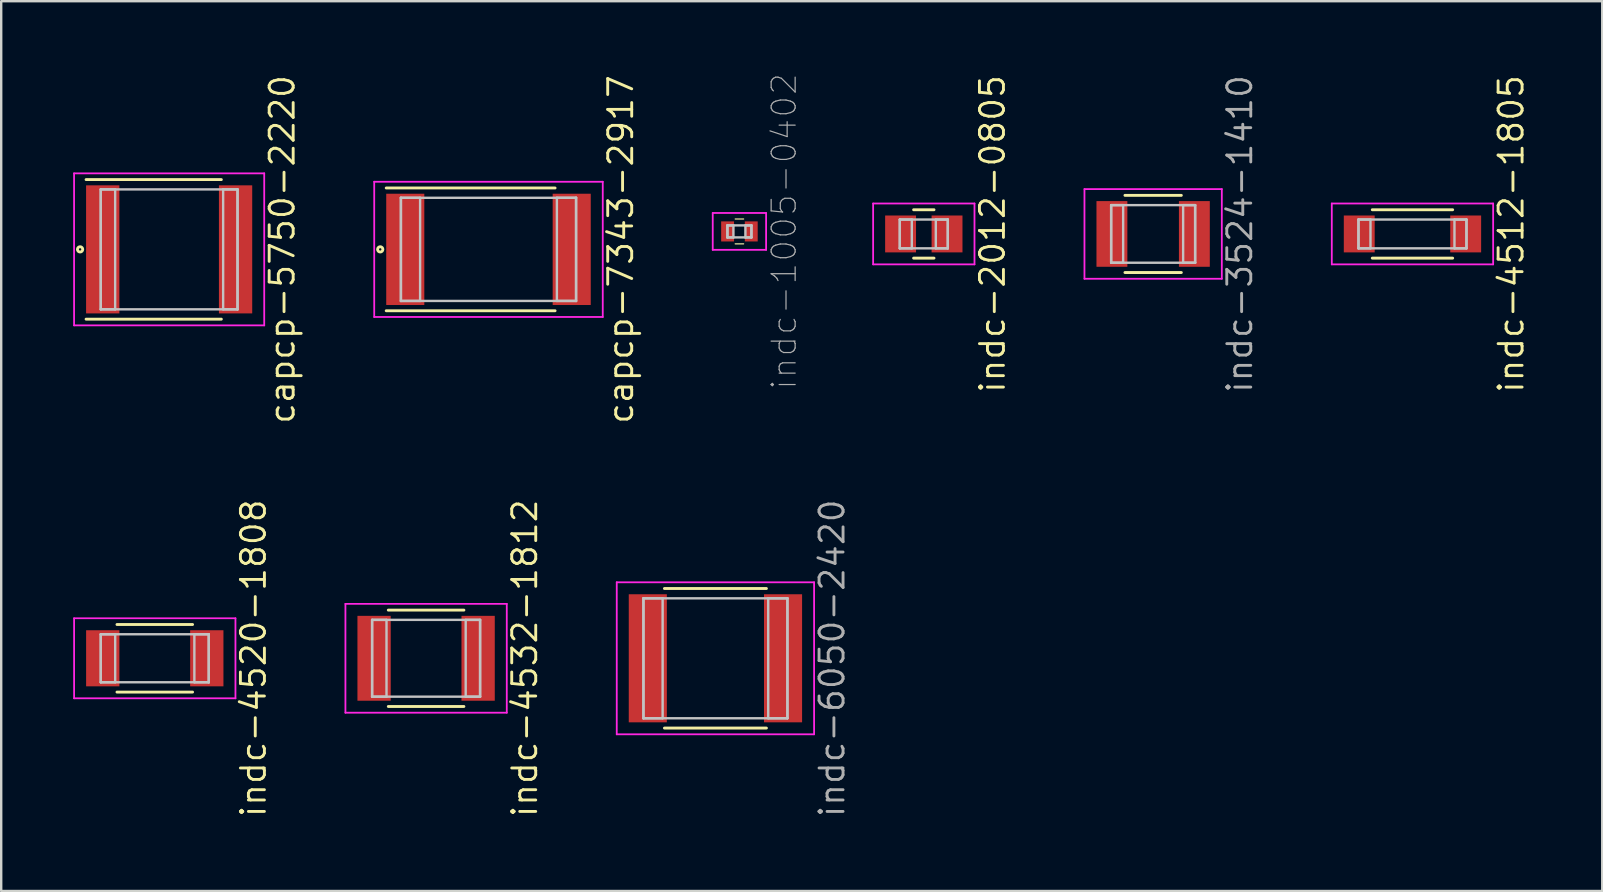
<source format=kicad_pcb>
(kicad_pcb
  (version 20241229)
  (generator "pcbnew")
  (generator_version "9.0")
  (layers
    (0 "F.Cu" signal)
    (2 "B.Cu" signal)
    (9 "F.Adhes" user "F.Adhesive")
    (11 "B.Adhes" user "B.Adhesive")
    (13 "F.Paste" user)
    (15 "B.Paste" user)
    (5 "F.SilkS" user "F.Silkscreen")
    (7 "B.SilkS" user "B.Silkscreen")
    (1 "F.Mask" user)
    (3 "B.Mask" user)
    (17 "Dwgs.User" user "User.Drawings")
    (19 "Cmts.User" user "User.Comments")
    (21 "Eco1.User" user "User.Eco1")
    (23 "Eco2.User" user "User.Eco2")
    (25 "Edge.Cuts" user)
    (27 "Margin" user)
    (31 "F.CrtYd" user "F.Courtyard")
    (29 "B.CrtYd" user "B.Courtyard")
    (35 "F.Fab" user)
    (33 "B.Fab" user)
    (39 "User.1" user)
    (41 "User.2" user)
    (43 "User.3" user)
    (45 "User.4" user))
  (footprint "capcp-7343-2917"
    (layer "F.Cu")
    (at 17.307 7.342)
    (property "Reference" "capcp-7343-2917" (at 5.512 0 90) (layer "F.SilkS") (effects (font (size 1 1) (thickness 0.12))))
    (attr through_hole)
    (fp_line (start -4.262 -2.558) (end 2.775 -2.558) (stroke (width 0.12) (type solid)) (layer "F.SilkS"))
    (fp_line (start -4.262 2.558) (end 2.775 2.558) (stroke (width 0.12) (type solid)) (layer "F.SilkS"))
    (fp_circle (center -4.512 0) (end -4.462 0) (stroke (width 0.12) (type solid)) (fill no) (layer "F.SilkS"))
    (fp_line (start -3.65 -2.15) (end -3.65 2.15) (stroke (width 0.1) (type solid)) (layer "Dwgs.User"))
    (fp_line (start -3.65 -2.15) (end -3.65 2.15) (stroke (width 0.1) (type solid)) (layer "Dwgs.User"))
    (fp_line (start -3.65 2.15) (end -2.85 2.15) (stroke (width 0.1) (type solid)) (layer "Dwgs.User"))
    (fp_line (start -3.65 2.15) (end 3.65 2.15) (stroke (width 0.1) (type solid)) (layer "Dwgs.User"))
    (fp_line (start -2.85 -2.15) (end -3.65 -2.15) (stroke (width 0.1) (type solid)) (layer "Dwgs.User"))
    (fp_line (start -2.85 2.15) (end -2.85 -2.15) (stroke (width 0.1) (type solid)) (layer "Dwgs.User"))
    (fp_line (start 2.85 -2.15) (end 2.85 2.15) (stroke (width 0.1) (type solid)) (layer "Dwgs.User"))
    (fp_line (start 2.85 2.15) (end 3.65 2.15) (stroke (width 0.1) (type solid)) (layer "Dwgs.User"))
    (fp_line (start 3.65 -2.15) (end -3.65 -2.15) (stroke (width 0.1) (type solid)) (layer "Dwgs.User"))
    (fp_line (start 3.65 -2.15) (end 2.85 -2.15) (stroke (width 0.1) (type solid)) (layer "Dwgs.User"))
    (fp_line (start 3.65 2.15) (end 3.65 -2.15) (stroke (width 0.1) (type solid)) (layer "Dwgs.User"))
    (fp_line (start 3.65 2.15) (end 3.65 -2.15) (stroke (width 0.1) (type solid)) (layer "Dwgs.User"))
    (fp_line (start -4.762 -2.818) (end -4.762 2.818) (stroke (width 0.075) (type solid)) (layer "F.CrtYd"))
    (fp_line (start -4.762 2.818) (end 4.762 2.818) (stroke (width 0.075) (type solid)) (layer "F.CrtYd"))
    (fp_line (start 4.762 -2.818) (end -4.762 -2.818) (stroke (width 0.075) (type solid)) (layer "F.CrtYd"))
    (fp_line (start 4.762 2.818) (end 4.762 -2.818) (stroke (width 0.075) (type solid)) (layer "F.CrtYd"))
    (pad "1" smd rect (at -3.468 0) (size 1.587 4.637) (layers "F.Cu" "F.Mask" "F.Paste"))
    (pad "2" smd rect (at 3.468 0) (size 1.587 4.637) (layers "F.Cu" "F.Mask" "F.Paste")))
  (footprint "indc-1005-0402"
    (layer "F.Cu")
    (at 27.764 6.594)
    (property "Reference" "indc-1005-0402" (at 1.862 0 90) (layer "F.Fab") (effects (font (size 1 1) (thickness 0.05))))
    (attr through_hole)
    (fp_line (start -0.175 -0.518) (end 0.175 -0.518) (stroke (width 0.05) (type solid)) (layer "F.SilkS"))
    (fp_line (start -0.175 0.518) (end 0.175 0.518) (stroke (width 0.05) (type solid)) (layer "F.SilkS"))
    (fp_line (start -0.5 -0.25) (end -0.5 0.25) (stroke (width 0.1) (type solid)) (layer "Dwgs.User"))
    (fp_line (start -0.5 -0.25) (end -0.5 0.25) (stroke (width 0.1) (type solid)) (layer "Dwgs.User"))
    (fp_line (start -0.5 0.25) (end -0.25 0.25) (stroke (width 0.1) (type solid)) (layer "Dwgs.User"))
    (fp_line (start -0.5 0.25) (end 0.5 0.25) (stroke (width 0.1) (type solid)) (layer "Dwgs.User"))
    (fp_line (start -0.25 -0.25) (end -0.5 -0.25) (stroke (width 0.1) (type solid)) (layer "Dwgs.User"))
    (fp_line (start -0.25 0.25) (end -0.25 -0.25) (stroke (width 0.1) (type solid)) (layer "Dwgs.User"))
    (fp_line (start 0.25 -0.25) (end 0.25 0.25) (stroke (width 0.1) (type solid)) (layer "Dwgs.User"))
    (fp_line (start 0.25 0.25) (end 0.5 0.25) (stroke (width 0.1) (type solid)) (layer "Dwgs.User"))
    (fp_line (start 0.5 -0.25) (end -0.5 -0.25) (stroke (width 0.1) (type solid)) (layer "Dwgs.User"))
    (fp_line (start 0.5 -0.25) (end 0.25 -0.25) (stroke (width 0.1) (type solid)) (layer "Dwgs.User"))
    (fp_line (start 0.5 0.25) (end 0.5 -0.25) (stroke (width 0.1) (type solid)) (layer "Dwgs.User"))
    (fp_line (start 0.5 0.25) (end 0.5 -0.25) (stroke (width 0.1) (type solid)) (layer "Dwgs.User"))
    (fp_line (start -1.112 -0.768) (end -1.112 0.768) (stroke (width 0.075) (type solid)) (layer "F.CrtYd"))
    (fp_line (start -1.112 0.768) (end 1.112 0.768) (stroke (width 0.075) (type solid)) (layer "F.CrtYd"))
    (fp_line (start 1.112 -0.768) (end -1.112 -0.768) (stroke (width 0.075) (type solid)) (layer "F.CrtYd"))
    (fp_line (start 1.112 0.768) (end 1.112 -0.768) (stroke (width 0.075) (type solid)) (layer "F.CrtYd"))
    (pad "1" smd rect (at -0.493 0) (size 0.537 0.837) (layers "F.Cu" "F.Mask" "F.Paste"))
    (pad "2" smd rect (at 0.493 0) (size 0.537 0.837) (layers "F.Cu" "F.Mask" "F.Paste")))
  (footprint "capcp-5750-2220"
    (layer "F.Cu")
    (at 3.999 7.342)
    (property "Reference" "capcp-5750-2220" (at 4.712 0 90) (layer "F.SilkS") (effects (font (size 1 1) (thickness 0.12))))
    (attr through_hole)
    (fp_line (start -3.462 -2.908) (end 2.175 -2.908) (stroke (width 0.12) (type solid)) (layer "F.SilkS"))
    (fp_line (start -3.462 2.908) (end 2.175 2.908) (stroke (width 0.12) (type solid)) (layer "F.SilkS"))
    (fp_circle (center -3.712 0) (end -3.662 0) (stroke (width 0.12) (type solid)) (fill no) (layer "F.SilkS"))
    (fp_line (start -2.85 -2.5) (end -2.85 2.5) (stroke (width 0.1) (type solid)) (layer "Dwgs.User"))
    (fp_line (start -2.85 -2.5) (end -2.85 2.5) (stroke (width 0.1) (type solid)) (layer "Dwgs.User"))
    (fp_line (start -2.85 2.5) (end -2.25 2.5) (stroke (width 0.1) (type solid)) (layer "Dwgs.User"))
    (fp_line (start -2.85 2.5) (end 2.85 2.5) (stroke (width 0.1) (type solid)) (layer "Dwgs.User"))
    (fp_line (start -2.25 -2.5) (end -2.85 -2.5) (stroke (width 0.1) (type solid)) (layer "Dwgs.User"))
    (fp_line (start -2.25 2.5) (end -2.25 -2.5) (stroke (width 0.1) (type solid)) (layer "Dwgs.User"))
    (fp_line (start 2.25 -2.5) (end 2.25 2.5) (stroke (width 0.1) (type solid)) (layer "Dwgs.User"))
    (fp_line (start 2.25 2.5) (end 2.85 2.5) (stroke (width 0.1) (type solid)) (layer "Dwgs.User"))
    (fp_line (start 2.85 -2.5) (end -2.85 -2.5) (stroke (width 0.1) (type solid)) (layer "Dwgs.User"))
    (fp_line (start 2.85 -2.5) (end 2.25 -2.5) (stroke (width 0.1) (type solid)) (layer "Dwgs.User"))
    (fp_line (start 2.85 2.5) (end 2.85 -2.5) (stroke (width 0.1) (type solid)) (layer "Dwgs.User"))
    (fp_line (start 2.85 2.5) (end 2.85 -2.5) (stroke (width 0.1) (type solid)) (layer "Dwgs.User"))
    (fp_line (start -3.962 -3.168) (end -3.962 3.168) (stroke (width 0.075) (type solid)) (layer "F.CrtYd"))
    (fp_line (start -3.962 3.168) (end 3.962 3.168) (stroke (width 0.075) (type solid)) (layer "F.CrtYd"))
    (fp_line (start 3.962 -3.168) (end -3.962 -3.168) (stroke (width 0.075) (type solid)) (layer "F.CrtYd"))
    (fp_line (start 3.962 3.168) (end 3.962 -3.168) (stroke (width 0.075) (type solid)) (layer "F.CrtYd"))
    (pad "1" smd rect (at -2.768 0) (size 1.387 5.337) (layers "F.Cu" "F.Mask" "F.Paste"))
    (pad "2" smd rect (at 2.768 0) (size 1.387 5.337) (layers "F.Cu" "F.Mask" "F.Paste")))
  (footprint "indc-4512-1805"
    (layer "F.Cu")
    (at 55.812 6.699)
    (property "Reference" "indc-4512-1805" (at 4.112 0 90) (layer "F.SilkS") (effects (font (size 1 1) (thickness 0.12))))
    (attr through_hole)
    (fp_line (start -1.675 -1.008) (end 1.675 -1.008) (stroke (width 0.12) (type solid)) (layer "F.SilkS"))
    (fp_line (start -1.675 1.008) (end 1.675 1.008) (stroke (width 0.12) (type solid)) (layer "F.SilkS"))
    (fp_line (start -2.25 -0.6) (end -2.25 0.6) (stroke (width 0.1) (type solid)) (layer "Dwgs.User"))
    (fp_line (start -2.25 -0.6) (end -2.25 0.6) (stroke (width 0.1) (type solid)) (layer "Dwgs.User"))
    (fp_line (start -2.25 0.6) (end -1.75 0.6) (stroke (width 0.1) (type solid)) (layer "Dwgs.User"))
    (fp_line (start -2.25 0.6) (end 2.25 0.6) (stroke (width 0.1) (type solid)) (layer "Dwgs.User"))
    (fp_line (start -1.75 -0.6) (end -2.25 -0.6) (stroke (width 0.1) (type solid)) (layer "Dwgs.User"))
    (fp_line (start -1.75 0.6) (end -1.75 -0.6) (stroke (width 0.1) (type solid)) (layer "Dwgs.User"))
    (fp_line (start 1.75 -0.6) (end 1.75 0.6) (stroke (width 0.1) (type solid)) (layer "Dwgs.User"))
    (fp_line (start 1.75 0.6) (end 2.25 0.6) (stroke (width 0.1) (type solid)) (layer "Dwgs.User"))
    (fp_line (start 2.25 -0.6) (end -2.25 -0.6) (stroke (width 0.1) (type solid)) (layer "Dwgs.User"))
    (fp_line (start 2.25 -0.6) (end 1.75 -0.6) (stroke (width 0.1) (type solid)) (layer "Dwgs.User"))
    (fp_line (start 2.25 0.6) (end 2.25 -0.6) (stroke (width 0.1) (type solid)) (layer "Dwgs.User"))
    (fp_line (start 2.25 0.6) (end 2.25 -0.6) (stroke (width 0.1) (type solid)) (layer "Dwgs.User"))
    (fp_line (start -3.362 -1.268) (end -3.362 1.268) (stroke (width 0.075) (type solid)) (layer "F.CrtYd"))
    (fp_line (start -3.362 1.268) (end 3.362 1.268) (stroke (width 0.075) (type solid)) (layer "F.CrtYd"))
    (fp_line (start 3.362 -1.268) (end -3.362 -1.268) (stroke (width 0.075) (type solid)) (layer "F.CrtYd"))
    (fp_line (start 3.362 1.268) (end 3.362 -1.268) (stroke (width 0.075) (type solid)) (layer "F.CrtYd"))
    (pad "1" smd rect (at -2.218 0) (size 1.287 1.537) (layers "F.Cu" "F.Mask" "F.Paste"))
    (pad "2" smd rect (at 2.218 0) (size 1.287 1.537) (layers "F.Cu" "F.Mask" "F.Paste")))
  (footprint "indc-4520-1808"
    (layer "F.Cu")
    (at 3.4 24.383)
    (property "Reference" "indc-4520-1808" (at 4.112 0 90) (layer "F.SilkS") (effects (font (size 1 1) (thickness 0.12))))
    (attr through_hole)
    (fp_line (start -1.575 -1.408) (end 1.575 -1.408) (stroke (width 0.12) (type solid)) (layer "F.SilkS"))
    (fp_line (start -1.575 1.408) (end 1.575 1.408) (stroke (width 0.12) (type solid)) (layer "F.SilkS"))
    (fp_line (start -2.25 -1) (end -2.25 1) (stroke (width 0.1) (type solid)) (layer "Dwgs.User"))
    (fp_line (start -2.25 -1) (end -2.25 1) (stroke (width 0.1) (type solid)) (layer "Dwgs.User"))
    (fp_line (start -2.25 1) (end -1.65 1) (stroke (width 0.1) (type solid)) (layer "Dwgs.User"))
    (fp_line (start -2.25 1) (end 2.25 1) (stroke (width 0.1) (type solid)) (layer "Dwgs.User"))
    (fp_line (start -1.65 -1) (end -2.25 -1) (stroke (width 0.1) (type solid)) (layer "Dwgs.User"))
    (fp_line (start -1.65 1) (end -1.65 -1) (stroke (width 0.1) (type solid)) (layer "Dwgs.User"))
    (fp_line (start 1.65 -1) (end 1.65 1) (stroke (width 0.1) (type solid)) (layer "Dwgs.User"))
    (fp_line (start 1.65 1) (end 2.25 1) (stroke (width 0.1) (type solid)) (layer "Dwgs.User"))
    (fp_line (start 2.25 -1) (end -2.25 -1) (stroke (width 0.1) (type solid)) (layer "Dwgs.User"))
    (fp_line (start 2.25 -1) (end 1.65 -1) (stroke (width 0.1) (type solid)) (layer "Dwgs.User"))
    (fp_line (start 2.25 1) (end 2.25 -1) (stroke (width 0.1) (type solid)) (layer "Dwgs.User"))
    (fp_line (start 2.25 1) (end 2.25 -1) (stroke (width 0.1) (type solid)) (layer "Dwgs.User"))
    (fp_line (start -3.362 -1.668) (end -3.362 1.668) (stroke (width 0.075) (type solid)) (layer "F.CrtYd"))
    (fp_line (start -3.362 1.668) (end 3.362 1.668) (stroke (width 0.075) (type solid)) (layer "F.CrtYd"))
    (fp_line (start 3.362 -1.668) (end -3.362 -1.668) (stroke (width 0.075) (type solid)) (layer "F.CrtYd"))
    (fp_line (start 3.362 1.668) (end 3.362 -1.668) (stroke (width 0.075) (type solid)) (layer "F.CrtYd"))
    (pad "1" smd rect (at -2.168 0) (size 1.387 2.337) (layers "F.Cu" "F.Mask" "F.Paste"))
    (pad "2" smd rect (at 2.168 0) (size 1.387 2.337) (layers "F.Cu" "F.Mask" "F.Paste")))
  (footprint "indc-2012-0805"
    (layer "F.Cu")
    (at 35.448 6.699)
    (property "Reference" "indc-2012-0805" (at 2.862 0 90) (layer "F.SilkS") (effects (font (size 1 1) (thickness 0.12))))
    (attr through_hole)
    (fp_line (start -0.425 -1.008) (end 0.425 -1.008) (stroke (width 0.12) (type solid)) (layer "F.SilkS"))
    (fp_line (start -0.425 1.008) (end 0.425 1.008) (stroke (width 0.12) (type solid)) (layer "F.SilkS"))
    (fp_line (start -1 -0.6) (end -1 0.6) (stroke (width 0.1) (type solid)) (layer "Dwgs.User"))
    (fp_line (start -1 -0.6) (end -1 0.6) (stroke (width 0.1) (type solid)) (layer "Dwgs.User"))
    (fp_line (start -1 0.6) (end -0.5 0.6) (stroke (width 0.1) (type solid)) (layer "Dwgs.User"))
    (fp_line (start -1 0.6) (end 1 0.6) (stroke (width 0.1) (type solid)) (layer "Dwgs.User"))
    (fp_line (start -0.5 -0.6) (end -1 -0.6) (stroke (width 0.1) (type solid)) (layer "Dwgs.User"))
    (fp_line (start -0.5 0.6) (end -0.5 -0.6) (stroke (width 0.1) (type solid)) (layer "Dwgs.User"))
    (fp_line (start 0.5 -0.6) (end 0.5 0.6) (stroke (width 0.1) (type solid)) (layer "Dwgs.User"))
    (fp_line (start 0.5 0.6) (end 1 0.6) (stroke (width 0.1) (type solid)) (layer "Dwgs.User"))
    (fp_line (start 1 -0.6) (end -1 -0.6) (stroke (width 0.1) (type solid)) (layer "Dwgs.User"))
    (fp_line (start 1 -0.6) (end 0.5 -0.6) (stroke (width 0.1) (type solid)) (layer "Dwgs.User"))
    (fp_line (start 1 0.6) (end 1 -0.6) (stroke (width 0.1) (type solid)) (layer "Dwgs.User"))
    (fp_line (start 1 0.6) (end 1 -0.6) (stroke (width 0.1) (type solid)) (layer "Dwgs.User"))
    (fp_line (start -2.112 -1.268) (end -2.112 1.268) (stroke (width 0.075) (type solid)) (layer "F.CrtYd"))
    (fp_line (start -2.112 1.268) (end 2.112 1.268) (stroke (width 0.075) (type solid)) (layer "F.CrtYd"))
    (fp_line (start 2.112 -1.268) (end -2.112 -1.268) (stroke (width 0.075) (type solid)) (layer "F.CrtYd"))
    (fp_line (start 2.112 1.268) (end 2.112 -1.268) (stroke (width 0.075) (type solid)) (layer "F.CrtYd"))
    (pad "1" smd rect (at -0.968 0) (size 1.287 1.537) (layers "F.Cu" "F.Mask" "F.Paste"))
    (pad "2" smd rect (at 0.968 0) (size 1.287 1.537) (layers "F.Cu" "F.Mask" "F.Paste")))
  (footprint "indc-4532-1812"
    (layer "F.Cu")
    (at 14.707 24.383)
    (property "Reference" "indc-4532-1812" (at 4.112 0 90) (layer "F.SilkS") (effects (font (size 1 1) (thickness 0.12))))
    (attr through_hole)
    (fp_line (start -1.575 -2.008) (end 1.575 -2.008) (stroke (width 0.12) (type solid)) (layer "F.SilkS"))
    (fp_line (start -1.575 2.008) (end 1.575 2.008) (stroke (width 0.12) (type solid)) (layer "F.SilkS"))
    (fp_line (start -2.25 -1.6) (end -2.25 1.6) (stroke (width 0.1) (type solid)) (layer "Dwgs.User"))
    (fp_line (start -2.25 -1.6) (end -2.25 1.6) (stroke (width 0.1) (type solid)) (layer "Dwgs.User"))
    (fp_line (start -2.25 1.6) (end -1.65 1.6) (stroke (width 0.1) (type solid)) (layer "Dwgs.User"))
    (fp_line (start -2.25 1.6) (end 2.25 1.6) (stroke (width 0.1) (type solid)) (layer "Dwgs.User"))
    (fp_line (start -1.65 -1.6) (end -2.25 -1.6) (stroke (width 0.1) (type solid)) (layer "Dwgs.User"))
    (fp_line (start -1.65 1.6) (end -1.65 -1.6) (stroke (width 0.1) (type solid)) (layer "Dwgs.User"))
    (fp_line (start 1.65 -1.6) (end 1.65 1.6) (stroke (width 0.1) (type solid)) (layer "Dwgs.User"))
    (fp_line (start 1.65 1.6) (end 2.25 1.6) (stroke (width 0.1) (type solid)) (layer "Dwgs.User"))
    (fp_line (start 2.25 -1.6) (end -2.25 -1.6) (stroke (width 0.1) (type solid)) (layer "Dwgs.User"))
    (fp_line (start 2.25 -1.6) (end 1.65 -1.6) (stroke (width 0.1) (type solid)) (layer "Dwgs.User"))
    (fp_line (start 2.25 1.6) (end 2.25 -1.6) (stroke (width 0.1) (type solid)) (layer "Dwgs.User"))
    (fp_line (start 2.25 1.6) (end 2.25 -1.6) (stroke (width 0.1) (type solid)) (layer "Dwgs.User"))
    (fp_line (start -3.362 -2.268) (end -3.362 2.268) (stroke (width 0.075) (type solid)) (layer "F.CrtYd"))
    (fp_line (start -3.362 2.268) (end 3.362 2.268) (stroke (width 0.075) (type solid)) (layer "F.CrtYd"))
    (fp_line (start 3.362 -2.268) (end -3.362 -2.268) (stroke (width 0.075) (type solid)) (layer "F.CrtYd"))
    (fp_line (start 3.362 2.268) (end 3.362 -2.268) (stroke (width 0.075) (type solid)) (layer "F.CrtYd"))
    (pad "1" smd rect (at -2.168 0) (size 1.387 3.537) (layers "F.Cu" "F.Mask" "F.Paste"))
    (pad "2" smd rect (at 2.168 0) (size 1.387 3.537) (layers "F.Cu" "F.Mask" "F.Paste")))
  (footprint "indc-6050-2420"
    (layer "F.Cu")
    (at 26.764 24.383)
    (property "Reference" "indc-6050-2420" (at 4.862 0 90) (layer "F.Fab") (effects (font (size 1 1) (thickness 0.12))))
    (attr through_hole)
    (fp_line (start -2.125 -2.908) (end 2.125 -2.908) (stroke (width 0.12) (type solid)) (layer "F.SilkS"))
    (fp_line (start -2.125 2.908) (end 2.125 2.908) (stroke (width 0.12) (type solid)) (layer "F.SilkS"))
    (fp_line (start -3 -2.5) (end -3 2.5) (stroke (width 0.1) (type solid)) (layer "Dwgs.User"))
    (fp_line (start -3 -2.5) (end -3 2.5) (stroke (width 0.1) (type solid)) (layer "Dwgs.User"))
    (fp_line (start -3 2.5) (end -2.2 2.5) (stroke (width 0.1) (type solid)) (layer "Dwgs.User"))
    (fp_line (start -3 2.5) (end 3 2.5) (stroke (width 0.1) (type solid)) (layer "Dwgs.User"))
    (fp_line (start -2.2 -2.5) (end -3 -2.5) (stroke (width 0.1) (type solid)) (layer "Dwgs.User"))
    (fp_line (start -2.2 2.5) (end -2.2 -2.5) (stroke (width 0.1) (type solid)) (layer "Dwgs.User"))
    (fp_line (start 2.2 -2.5) (end 2.2 2.5) (stroke (width 0.1) (type solid)) (layer "Dwgs.User"))
    (fp_line (start 2.2 2.5) (end 3 2.5) (stroke (width 0.1) (type solid)) (layer "Dwgs.User"))
    (fp_line (start 3 -2.5) (end -3 -2.5) (stroke (width 0.1) (type solid)) (layer "Dwgs.User"))
    (fp_line (start 3 -2.5) (end 2.2 -2.5) (stroke (width 0.1) (type solid)) (layer "Dwgs.User"))
    (fp_line (start 3 2.5) (end 3 -2.5) (stroke (width 0.1) (type solid)) (layer "Dwgs.User"))
    (fp_line (start 3 2.5) (end 3 -2.5) (stroke (width 0.1) (type solid)) (layer "Dwgs.User"))
    (fp_line (start -4.112 -3.168) (end -4.112 3.168) (stroke (width 0.075) (type solid)) (layer "F.CrtYd"))
    (fp_line (start -4.112 3.168) (end 4.112 3.168) (stroke (width 0.075) (type solid)) (layer "F.CrtYd"))
    (fp_line (start 4.112 -3.168) (end -4.112 -3.168) (stroke (width 0.075) (type solid)) (layer "F.CrtYd"))
    (fp_line (start 4.112 3.168) (end 4.112 -3.168) (stroke (width 0.075) (type solid)) (layer "F.CrtYd"))
    (pad "1" smd rect (at -2.818 0) (size 1.587 5.337) (layers "F.Cu" "F.Mask" "F.Paste"))
    (pad "2" smd rect (at 2.818 0) (size 1.587 5.337) (layers "F.Cu" "F.Mask" "F.Paste")))
  (footprint "indc-3524-1410"
    (layer "F.Cu")
    (at 45.005 6.699)
    (property "Reference" "indc-3524-1410" (at 3.612 0 90) (layer "F.Fab") (effects (font (size 1 1) (thickness 0.12))))
    (attr through_hole)
    (fp_line (start -1.175 -1.608) (end 1.175 -1.608) (stroke (width 0.12) (type solid)) (layer "F.SilkS"))
    (fp_line (start -1.175 1.608) (end 1.175 1.608) (stroke (width 0.12) (type solid)) (layer "F.SilkS"))
    (fp_line (start -1.75 -1.2) (end -1.75 1.2) (stroke (width 0.1) (type solid)) (layer "Dwgs.User"))
    (fp_line (start -1.75 -1.2) (end -1.75 1.2) (stroke (width 0.1) (type solid)) (layer "Dwgs.User"))
    (fp_line (start -1.75 1.2) (end -1.25 1.2) (stroke (width 0.1) (type solid)) (layer "Dwgs.User"))
    (fp_line (start -1.75 1.2) (end 1.75 1.2) (stroke (width 0.1) (type solid)) (layer "Dwgs.User"))
    (fp_line (start -1.25 -1.2) (end -1.75 -1.2) (stroke (width 0.1) (type solid)) (layer "Dwgs.User"))
    (fp_line (start -1.25 1.2) (end -1.25 -1.2) (stroke (width 0.1) (type solid)) (layer "Dwgs.User"))
    (fp_line (start 1.25 -1.2) (end 1.25 1.2) (stroke (width 0.1) (type solid)) (layer "Dwgs.User"))
    (fp_line (start 1.25 1.2) (end 1.75 1.2) (stroke (width 0.1) (type solid)) (layer "Dwgs.User"))
    (fp_line (start 1.75 -1.2) (end -1.75 -1.2) (stroke (width 0.1) (type solid)) (layer "Dwgs.User"))
    (fp_line (start 1.75 -1.2) (end 1.25 -1.2) (stroke (width 0.1) (type solid)) (layer "Dwgs.User"))
    (fp_line (start 1.75 1.2) (end 1.75 -1.2) (stroke (width 0.1) (type solid)) (layer "Dwgs.User"))
    (fp_line (start 1.75 1.2) (end 1.75 -1.2) (stroke (width 0.1) (type solid)) (layer "Dwgs.User"))
    (fp_line (start -2.862 -1.868) (end -2.862 1.868) (stroke (width 0.075) (type solid)) (layer "F.CrtYd"))
    (fp_line (start -2.862 1.868) (end 2.862 1.868) (stroke (width 0.075) (type solid)) (layer "F.CrtYd"))
    (fp_line (start 2.862 -1.868) (end -2.862 -1.868) (stroke (width 0.075) (type solid)) (layer "F.CrtYd"))
    (fp_line (start 2.862 1.868) (end 2.862 -1.868) (stroke (width 0.075) (type solid)) (layer "F.CrtYd"))
    (pad "1" smd rect (at -1.718 0) (size 1.287 2.737) (layers "F.Cu" "F.Mask" "F.Paste"))
    (pad "2" smd rect (at 1.718 0) (size 1.287 2.737) (layers "F.Cu" "F.Mask" "F.Paste")))
  (gr_rect
    (start -3 -3)
    (end 63.72 34.082)
    (stroke (width 0.1) (type default))
    (fill no)
    (layer "Edge.Cuts")))
</source>
